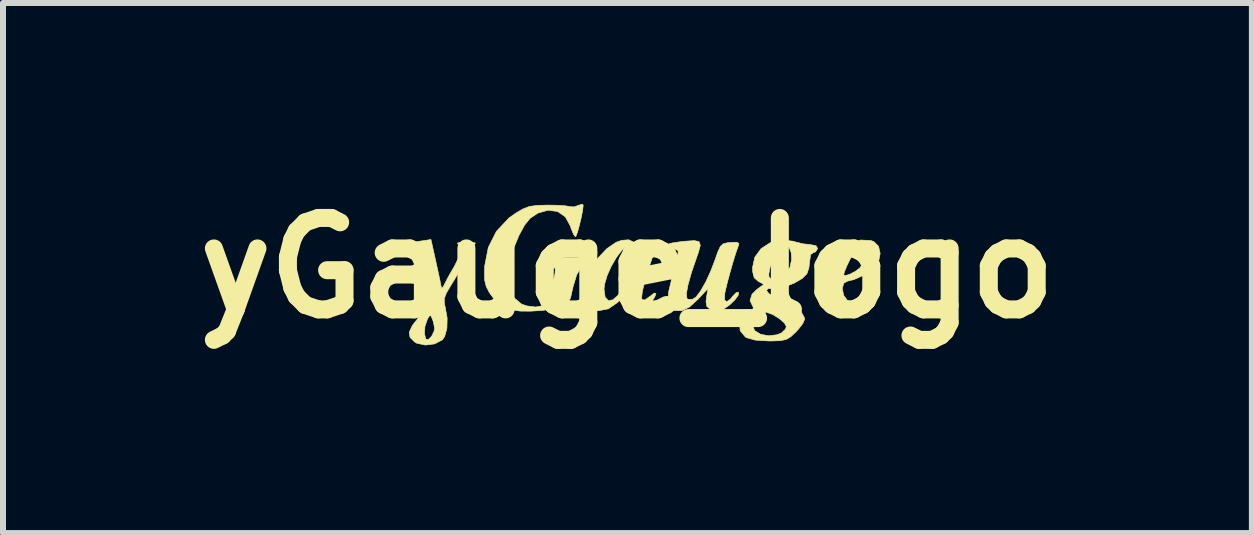
<source format=kicad_pcb>
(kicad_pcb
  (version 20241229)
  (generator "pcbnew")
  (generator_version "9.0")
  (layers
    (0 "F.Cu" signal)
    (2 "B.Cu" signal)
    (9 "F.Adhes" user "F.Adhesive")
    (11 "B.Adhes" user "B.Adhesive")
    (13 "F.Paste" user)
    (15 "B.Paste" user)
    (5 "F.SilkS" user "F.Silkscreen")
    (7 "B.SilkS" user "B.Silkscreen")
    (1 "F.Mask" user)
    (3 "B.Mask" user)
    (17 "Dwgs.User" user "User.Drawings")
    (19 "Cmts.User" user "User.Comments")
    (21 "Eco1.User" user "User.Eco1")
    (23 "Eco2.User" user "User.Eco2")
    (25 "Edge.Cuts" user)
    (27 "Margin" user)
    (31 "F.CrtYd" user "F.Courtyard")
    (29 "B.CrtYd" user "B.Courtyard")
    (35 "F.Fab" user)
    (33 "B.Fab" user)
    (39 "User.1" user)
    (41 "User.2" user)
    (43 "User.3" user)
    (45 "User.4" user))
  (footprint "yGauge_logo"
    (layer "F.Cu")
    (at 7.41 1.418)
    (property "Reference" "yGauge_logo" (at 0 0 0) (layer "F.SilkS") (effects (font (size 1.524 1.524) (thickness 0.3))))
    (attr through_hole)
    (fp_poly (pts (xy 4.058 -0.458) (xy 4.106 -0.441) (xy 4.185 -0.363) (xy 4.212 -0.243) (xy 4.187 -0.11) (xy 4.134 -0.022) (xy 4.044 0.054) (xy 3.913 0.131) (xy 3.779 0.191) (xy 3.675 0.217) (xy 3.672 0.217) (xy 3.605 0.253) (xy 3.581 0.343) (xy 3.604 0.456) (xy 3.67 0.545) (xy 3.764 0.555) (xy 3.876 0.487) (xy 3.908 0.456) (xy 4.01 0.367) (xy 4.07 0.349) (xy 4.08 0.391) (xy 4.03 0.483) (xy 3.984 0.541) (xy 3.832 0.654) (xy 3.642 0.707) (xy 3.517 0.703) (xy 3.362 0.644) (xy 3.265 0.526) (xy 3.231 0.358) (xy 3.262 0.149) (xy 3.273 0.115) (xy 3.604 0.115) (xy 3.635 0.126) (xy 3.71 0.102) (xy 3.799 0.055) (xy 3.873 -0.001) (xy 3.876 -0.005) (xy 3.945 -0.106) (xy 3.979 -0.212) (xy 3.979 -0.305) (xy 3.948 -0.365) (xy 3.888 -0.373) (xy 3.835 -0.341) (xy 3.785 -0.276) (xy 3.721 -0.166) (xy 3.659 -0.04) (xy 3.615 0.067) (xy 3.604 0.115) (xy 3.273 0.115) (xy 3.284 0.081) (xy 3.389 -0.123) (xy 3.535 -0.289) (xy 3.706 -0.407) (xy 3.886 -0.467) (xy 4.058 -0.458)) (stroke (width 0.01) (type solid)) (fill yes) (layer "F.SilkS"))
    (fp_poly (pts (xy 0.093 -0.438) (xy 0.12 -0.408) (xy 0.175 -0.357) (xy 0.204 -0.38) (xy 0.252 -0.416) (xy 0.339 -0.432) (xy 0.425 -0.428) (xy 0.475 -0.402) (xy 0.478 -0.392) (xy 0.464 -0.326) (xy 0.429 -0.217) (xy 0.418 -0.185) (xy 0.344 0.033) (xy 0.286 0.231) (xy 0.248 0.391) (xy 0.236 0.496) (xy 0.241 0.525) (xy 0.29 0.533) (xy 0.374 0.473) (xy 0.448 0.417) (xy 0.475 0.425) (xy 0.453 0.486) (xy 0.392 0.575) (xy 0.283 0.67) (xy 0.164 0.712) (xy 0.056 0.702) (xy -0.02 0.64) (xy -0.043 0.551) (xy -0.048 0.497) (xy -0.074 0.496) (xy -0.141 0.552) (xy -0.163 0.572) (xy -0.318 0.68) (xy -0.479 0.711) (xy -0.548 0.705) (xy -0.634 0.653) (xy -0.705 0.547) (xy -0.738 0.42) (xy -0.738 0.405) (xy -0.729 0.353) (xy -0.391 0.353) (xy -0.372 0.486) (xy -0.319 0.544) (xy -0.241 0.529) (xy -0.146 0.444) (xy -0.042 0.29) (xy -0.03 0.269) (xy 0.033 0.119) (xy 0.074 -0.044) (xy 0.091 -0.196) (xy 0.08 -0.313) (xy 0.047 -0.367) (xy -0.016 -0.36) (xy -0.098 -0.29) (xy -0.186 -0.174) (xy -0.27 -0.029) (xy -0.339 0.125) (xy -0.382 0.271) (xy -0.391 0.353) (xy -0.729 0.353) (xy -0.706 0.221) (xy -0.619 0.024) (xy -0.494 -0.164) (xy -0.345 -0.322) (xy -0.19 -0.429) (xy -0.099 -0.461) (xy 0.019 -0.471) (xy 0.093 -0.438)) (stroke (width 0.01) (type solid)) (fill yes) (layer "F.SilkS"))
    (fp_poly (pts (xy 1.195 -0.439) (xy 1.214 -0.378) (xy 1.182 -0.259) (xy 1.156 -0.185) (xy 1.066 0.076) (xy 1.008 0.284) (xy 0.982 0.43) (xy 0.991 0.509) (xy 1.011 0.521) (xy 1.085 0.521) (xy 1.143 0.483) (xy 1.22 0.381) (xy 1.305 0.232) (xy 1.387 0.054) (xy 1.452 -0.115) (xy 1.506 -0.269) (xy 1.548 -0.359) (xy 1.595 -0.403) (xy 1.663 -0.421) (xy 1.715 -0.426) (xy 1.819 -0.43) (xy 1.857 -0.411) (xy 1.845 -0.361) (xy 1.808 -0.257) (xy 1.759 -0.099) (xy 1.707 0.083) (xy 1.66 0.259) (xy 1.627 0.398) (xy 1.622 0.423) (xy 1.617 0.531) (xy 1.653 0.563) (xy 1.718 0.516) (xy 1.755 0.469) (xy 1.813 0.41) (xy 1.852 0.404) (xy 1.847 0.453) (xy 1.792 0.529) (xy 1.706 0.612) (xy 1.612 0.679) (xy 1.571 0.699) (xy 1.436 0.711) (xy 1.382 0.691) (xy 1.322 0.639) (xy 1.309 0.556) (xy 1.317 0.492) (xy 1.342 0.341) (xy 1.181 0.515) (xy 1.035 0.649) (xy 0.907 0.711) (xy 0.778 0.71) (xy 0.771 0.708) (xy 0.7 0.66) (xy 0.672 0.559) (xy 0.686 0.397) (xy 0.741 0.167) (xy 0.76 0.103) (xy 0.807 -0.065) (xy 0.837 -0.199) (xy 0.845 -0.278) (xy 0.84 -0.292) (xy 0.76 -0.332) (xy 0.704 -0.378) (xy 0.696 -0.404) (xy 0.747 -0.418) (xy 0.858 -0.435) (xy 0.966 -0.447) (xy 1.117 -0.457) (xy 1.195 -0.439)) (stroke (width 0.01) (type solid)) (fill yes) (layer "F.SilkS"))
    (fp_poly (pts (xy -3.201 -0.14) (xy -3.164 0.031) (xy -3.132 0.178) (xy -3.113 0.273) (xy -3.112 0.282) (xy -3.097 0.336) (xy -3.074 0.318) (xy -3.046 0.261) (xy -2.991 0.155) (xy -2.915 0.022) (xy -2.889 -0.022) (xy -2.81 -0.181) (xy -2.783 -0.308) (xy -2.809 -0.39) (xy -2.833 -0.405) (xy -2.828 -0.419) (xy -2.755 -0.428) (xy -2.696 -0.431) (xy -2.581 -0.43) (xy -2.537 -0.416) (xy -2.55 -0.381) (xy -2.568 -0.358) (xy -2.627 -0.271) (xy -2.696 -0.148) (xy -2.716 -0.109) (xy -2.789 0.03) (xy -2.884 0.193) (xy -2.941 0.285) (xy -3.019 0.417) (xy -3.054 0.508) (xy -3.053 0.591) (xy -3.038 0.655) (xy -3.006 0.834) (xy -3.01 1.007) (xy -3.048 1.143) (xy -3.086 1.197) (xy -3.213 1.264) (xy -3.369 1.284) (xy -3.512 1.254) (xy -3.549 1.232) (xy -3.625 1.155) (xy -3.634 1.093) (xy -3.385 1.093) (xy -3.362 1.181) (xy -3.355 1.189) (xy -3.311 1.186) (xy -3.26 1.13) (xy -3.223 1.05) (xy -3.216 1.001) (xy -3.234 0.904) (xy -3.253 0.848) (xy -3.281 0.789) (xy -3.307 0.804) (xy -3.336 0.856) (xy -3.376 0.971) (xy -3.385 1.093) (xy -3.634 1.093) (xy -3.637 1.068) (xy -3.585 0.956) (xy -3.47 0.809) (xy -3.293 0.608) (xy -3.363 0.315) (xy -3.429 0.062) (xy -3.489 -0.121) (xy -3.549 -0.247) (xy -3.596 -0.315) (xy -3.639 -0.373) (xy -3.632 -0.407) (xy -3.564 -0.43) (xy -3.451 -0.449) (xy -3.276 -0.475) (xy -3.201 -0.14)) (stroke (width 0.01) (type solid)) (fill yes) (layer "F.SilkS"))
    (fp_poly (pts (xy -0.738 -1.051) (xy -0.747 -0.964) (xy -0.771 -0.841) (xy -0.802 -0.71) (xy -0.834 -0.596) (xy -0.86 -0.529) (xy -0.867 -0.521) (xy -0.897 -0.558) (xy -0.936 -0.653) (xy -0.951 -0.698) (xy -1.035 -0.852) (xy -1.164 -0.942) (xy -1.322 -0.964) (xy -1.493 -0.916) (xy -1.622 -0.83) (xy -1.714 -0.717) (xy -1.808 -0.545) (xy -1.893 -0.34) (xy -1.953 -0.138) (xy -1.987 0.117) (xy -1.965 0.332) (xy -1.89 0.497) (xy -1.765 0.602) (xy -1.676 0.632) (xy -1.53 0.65) (xy -1.427 0.631) (xy -1.353 0.564) (xy -1.295 0.436) (xy -1.24 0.234) (xy -1.238 0.225) (xy -1.208 0.091) (xy -1.204 0.017) (xy -1.229 -0.023) (xy -1.286 -0.054) (xy -1.37 -0.103) (xy -1.376 -0.138) (xy -1.301 -0.161) (xy -1.143 -0.172) (xy -1.02 -0.174) (xy -0.854 -0.172) (xy -0.726 -0.166) (xy -0.658 -0.158) (xy -0.651 -0.154) (xy -0.679 -0.113) (xy -0.746 -0.039) (xy -0.757 -0.029) (xy -0.846 0.111) (xy -0.91 0.323) (xy -0.914 0.34) (xy -0.947 0.489) (xy -0.984 0.575) (xy -1.038 0.624) (xy -1.098 0.649) (xy -1.239 0.683) (xy -1.421 0.707) (xy -1.615 0.719) (xy -1.787 0.718) (xy -1.908 0.701) (xy -1.913 0.7) (xy -2.092 0.625) (xy -2.217 0.526) (xy -2.302 0.411) (xy -2.355 0.308) (xy -2.381 0.2) (xy -2.384 0.056) (xy -2.38 -0.035) (xy -2.32 -0.343) (xy -2.185 -0.611) (xy -1.977 -0.833) (xy -1.868 -0.911) (xy -1.744 -0.984) (xy -1.636 -1.026) (xy -1.509 -1.044) (xy -1.329 -1.049) (xy -1.166 -1.046) (xy -1.035 -1.037) (xy -0.963 -1.024) (xy -0.959 -1.023) (xy -0.889 -1.019) (xy -0.826 -1.042) (xy -0.759 -1.064) (xy -0.738 -1.051)) (stroke (width 0.01) (type solid)) (fill yes) (layer "F.SilkS"))
    (fp_poly (pts (xy 2.76 -0.447) (xy 2.784 -0.439) (xy 2.923 -0.404) (xy 3.046 -0.391) (xy 3.144 -0.371) (xy 3.17 -0.326) (xy 3.135 -0.268) (xy 3.104 -0.261) (xy 3.053 -0.223) (xy 3.039 -0.127) (xy 3.024 -0.00008) (xy 2.992 0.094) (xy 2.913 0.174) (xy 2.781 0.251) (xy 2.628 0.312) (xy 2.487 0.34) (xy 2.44 0.339) (xy 2.344 0.342) (xy 2.318 0.374) (xy 2.355 0.424) (xy 2.449 0.482) (xy 2.562 0.528) (xy 2.757 0.614) (xy 2.89 0.718) (xy 2.95 0.83) (xy 2.952 0.856) (xy 2.924 0.923) (xy 2.85 1.019) (xy 2.805 1.068) (xy 2.72 1.147) (xy 2.644 1.191) (xy 2.547 1.211) (xy 2.399 1.216) (xy 2.359 1.216) (xy 2.132 1.202) (xy 1.987 1.162) (xy 1.964 1.148) (xy 1.879 1.046) (xy 1.872 0.96) (xy 2.084 0.96) (xy 2.122 1.045) (xy 2.219 1.104) (xy 2.35 1.129) (xy 2.49 1.113) (xy 2.565 1.084) (xy 2.632 1.021) (xy 2.649 0.975) (xy 2.613 0.913) (xy 2.527 0.84) (xy 2.421 0.775) (xy 2.324 0.74) (xy 2.305 0.738) (xy 2.21 0.774) (xy 2.125 0.857) (xy 2.084 0.952) (xy 2.084 0.96) (xy 1.872 0.96) (xy 1.87 0.928) (xy 1.934 0.816) (xy 2.001 0.764) (xy 2.088 0.7) (xy 2.098 0.651) (xy 2.088 0.638) (xy 2.043 0.542) (xy 2.077 0.436) (xy 2.157 0.357) (xy 2.273 0.272) (xy 2.179 0.221) (xy 2.113 0.163) (xy 2.098 0.105) (xy 2.355 0.105) (xy 2.36 0.15) (xy 2.419 0.209) (xy 2.51 0.205) (xy 2.609 0.142) (xy 2.645 0.103) (xy 2.709 -0.014) (xy 2.736 -0.139) (xy 2.73 -0.254) (xy 2.696 -0.342) (xy 2.637 -0.383) (xy 2.557 -0.361) (xy 2.542 -0.349) (xy 2.482 -0.269) (xy 2.423 -0.145) (xy 2.377 -0.009) (xy 2.355 0.105) (xy 2.098 0.105) (xy 2.087 0.063) (xy 2.084 -0.005) (xy 2.123 -0.181) (xy 2.228 -0.324) (xy 2.382 -0.423) (xy 2.565 -0.468) (xy 2.76 -0.447)) (stroke (width 0.01) (type solid)) (fill yes) (layer "F.SilkS")))
  (gr_rect
    (start -3 -3)
    (end 17.819 5.836)
    (stroke (width 0.1) (type default))
    (fill no)
    (layer "Edge.Cuts")))
</source>
